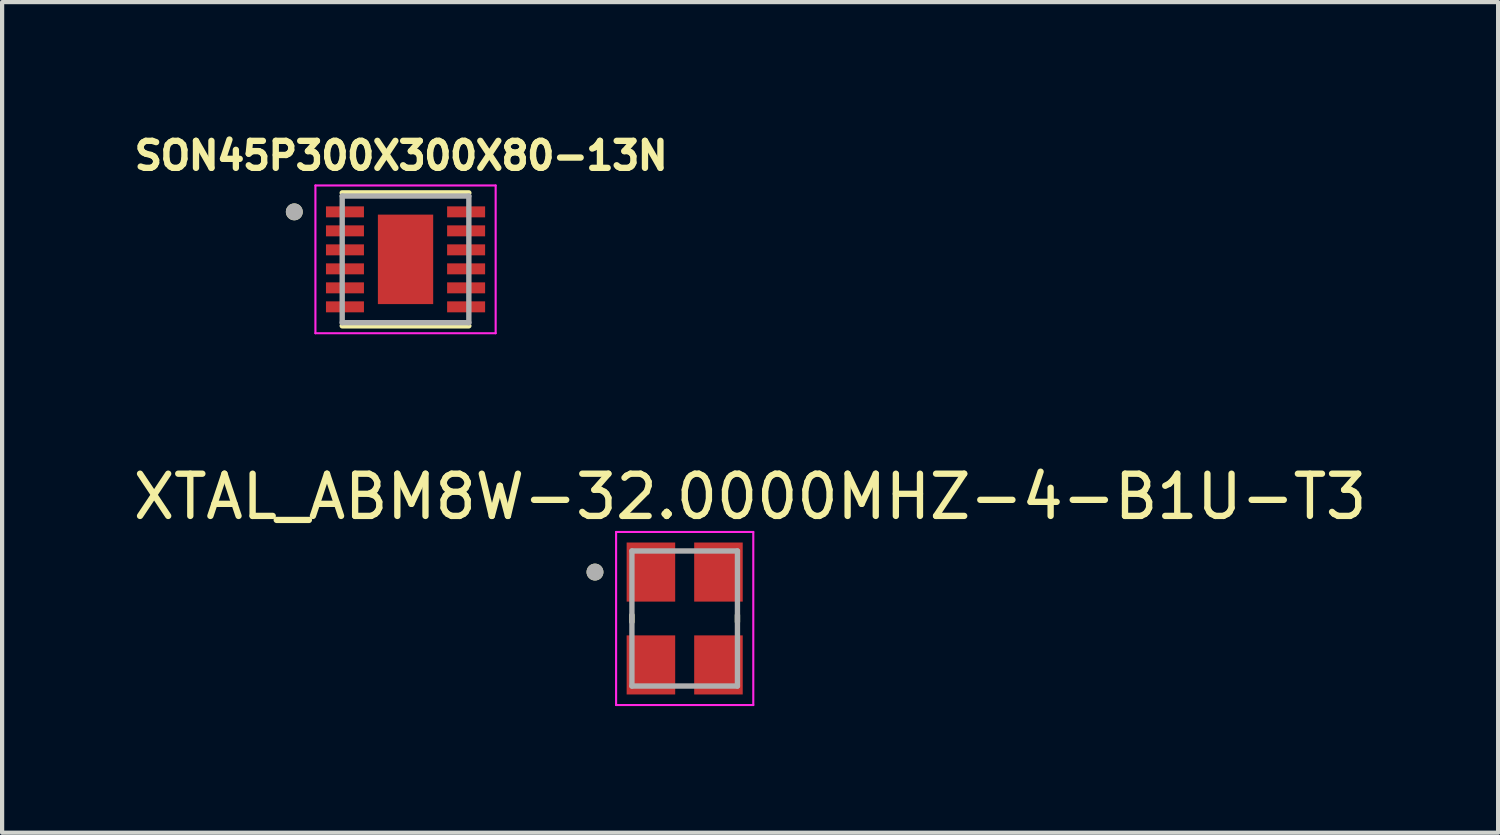
<source format=kicad_pcb>
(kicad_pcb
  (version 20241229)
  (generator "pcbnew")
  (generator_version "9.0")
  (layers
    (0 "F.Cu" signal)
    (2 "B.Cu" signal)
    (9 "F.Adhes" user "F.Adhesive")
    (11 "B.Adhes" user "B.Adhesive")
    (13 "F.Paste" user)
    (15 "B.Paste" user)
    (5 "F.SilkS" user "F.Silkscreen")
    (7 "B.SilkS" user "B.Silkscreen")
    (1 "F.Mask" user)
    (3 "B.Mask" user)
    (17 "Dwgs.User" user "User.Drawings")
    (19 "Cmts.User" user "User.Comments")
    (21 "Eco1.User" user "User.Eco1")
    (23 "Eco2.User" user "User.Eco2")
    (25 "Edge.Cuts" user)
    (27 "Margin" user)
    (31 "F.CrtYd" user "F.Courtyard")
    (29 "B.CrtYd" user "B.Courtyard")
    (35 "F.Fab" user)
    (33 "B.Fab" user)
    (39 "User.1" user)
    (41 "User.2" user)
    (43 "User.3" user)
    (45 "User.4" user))
  (footprint "SON45P300X300X80-13N"
    (layer "F.Cu")
    (at 6.557 3.094)
    (property "Reference" "SON45P300X300X80-13N" (at -0.103 -2.456 0) (layer "F.SilkS") (effects (font (size 0.64 0.64) (thickness 0.15))))
    (attr smd)
    (fp_poly (pts (xy -1.935 -1.305) (xy -0.935 -1.305) (xy -0.935 -0.945) (xy -1.935 -0.945)) (stroke (width 0.01) (type solid)) (fill yes) (layer "F.Mask"))
    (fp_poly (pts (xy -1.935 -0.855) (xy -0.935 -0.855) (xy -0.935 -0.495) (xy -1.935 -0.495)) (stroke (width 0.01) (type solid)) (fill yes) (layer "F.Mask"))
    (fp_poly (pts (xy -1.935 -0.405) (xy -0.935 -0.405) (xy -0.935 -0.045) (xy -1.935 -0.045)) (stroke (width 0.01) (type solid)) (fill yes) (layer "F.Mask"))
    (fp_poly (pts (xy -1.935 0.045) (xy -0.935 0.045) (xy -0.935 0.405) (xy -1.935 0.405)) (stroke (width 0.01) (type solid)) (fill yes) (layer "F.Mask"))
    (fp_poly (pts (xy -1.935 0.495) (xy -0.935 0.495) (xy -0.935 0.855) (xy -1.935 0.855)) (stroke (width 0.01) (type solid)) (fill yes) (layer "F.Mask"))
    (fp_poly (pts (xy -1.935 0.945) (xy -0.935 0.945) (xy -0.935 1.305) (xy -1.935 1.305)) (stroke (width 0.01) (type solid)) (fill yes) (layer "F.Mask"))
    (fp_poly (pts (xy -0.705 -1.11) (xy 0.705 -1.11) (xy 0.705 1.11) (xy -0.705 1.11)) (stroke (width 0.01) (type solid)) (fill yes) (layer "F.Mask"))
    (fp_poly (pts (xy 0.935 -1.305) (xy 1.935 -1.305) (xy 1.935 -0.945) (xy 0.935 -0.945)) (stroke (width 0.01) (type solid)) (fill yes) (layer "F.Mask"))
    (fp_poly (pts (xy 0.935 -0.855) (xy 1.935 -0.855) (xy 1.935 -0.495) (xy 0.935 -0.495)) (stroke (width 0.01) (type solid)) (fill yes) (layer "F.Mask"))
    (fp_poly (pts (xy 0.935 -0.405) (xy 1.935 -0.405) (xy 1.935 -0.045) (xy 0.935 -0.045)) (stroke (width 0.01) (type solid)) (fill yes) (layer "F.Mask"))
    (fp_poly (pts (xy 0.935 0.045) (xy 1.935 0.045) (xy 1.935 0.405) (xy 0.935 0.405)) (stroke (width 0.01) (type solid)) (fill yes) (layer "F.Mask"))
    (fp_poly (pts (xy 0.935 0.495) (xy 1.935 0.495) (xy 1.935 0.855) (xy 0.935 0.855)) (stroke (width 0.01) (type solid)) (fill yes) (layer "F.Mask"))
    (fp_poly (pts (xy 0.935 0.945) (xy 1.935 0.945) (xy 1.935 1.305) (xy 0.935 1.305)) (stroke (width 0.01) (type solid)) (fill yes) (layer "F.Mask"))
    (fp_line (start -1.5 -1.575) (end 1.5 -1.575) (stroke (width 0.127) (type solid)) (layer "F.SilkS"))
    (fp_line (start 1.5 1.575) (end -1.5 1.575) (stroke (width 0.127) (type solid)) (layer "F.SilkS"))
    (fp_circle (center -2.635 -1.125) (end -2.535 -1.125) (stroke (width 0.2) (type solid)) (fill no) (layer "F.SilkS"))
    (fp_poly (pts (xy -0.414 -0.67) (xy 0.414 -0.67) (xy 0.414 0.67) (xy -0.414 0.67)) (stroke (width 0.01) (type solid)) (fill yes) (layer "F.Paste"))
    (fp_line (start -2.135 -1.75) (end -2.135 1.75) (stroke (width 0.05) (type solid)) (layer "F.CrtYd"))
    (fp_line (start -2.135 1.75) (end 2.135 1.75) (stroke (width 0.05) (type solid)) (layer "F.CrtYd"))
    (fp_line (start 2.135 -1.75) (end -2.135 -1.75) (stroke (width 0.05) (type solid)) (layer "F.CrtYd"))
    (fp_line (start 2.135 1.75) (end 2.135 -1.75) (stroke (width 0.05) (type solid)) (layer "F.CrtYd"))
    (fp_line (start -1.5 -1.5) (end 1.5 -1.5) (stroke (width 0.127) (type solid)) (layer "F.Fab"))
    (fp_line (start -1.5 1.5) (end -1.5 -1.5) (stroke (width 0.127) (type solid)) (layer "F.Fab"))
    (fp_line (start 1.5 -1.5) (end 1.5 1.5) (stroke (width 0.127) (type solid)) (layer "F.Fab"))
    (fp_line (start 1.5 1.5) (end -1.5 1.5) (stroke (width 0.127) (type solid)) (layer "F.Fab"))
    (fp_circle (center -2.635 -1.125) (end -2.535 -1.125) (stroke (width 0.2) (type solid)) (fill no) (layer "F.Fab"))
    (pad "1" smd rect (at -1.435 -1.125) (size 0.9 0.26) (layers "F.Cu" "F.Paste"))
    (pad "2" smd rect (at -1.435 -0.675) (size 0.9 0.26) (layers "F.Cu" "F.Paste"))
    (pad "3" smd rect (at -1.435 -0.225) (size 0.9 0.26) (layers "F.Cu" "F.Paste"))
    (pad "4" smd rect (at -1.435 0.225) (size 0.9 0.26) (layers "F.Cu" "F.Paste"))
    (pad "5" smd rect (at -1.435 0.675) (size 0.9 0.26) (layers "F.Cu" "F.Paste"))
    (pad "6" smd rect (at -1.435 1.125) (size 0.9 0.26) (layers "F.Cu" "F.Paste"))
    (pad "7" smd rect (at 1.435 1.125) (size 0.9 0.26) (layers "F.Cu" "F.Paste"))
    (pad "8" smd rect (at 1.435 0.675) (size 0.9 0.26) (layers "F.Cu" "F.Paste"))
    (pad "9" smd rect (at 1.435 0.225) (size 0.9 0.26) (layers "F.Cu" "F.Paste"))
    (pad "10" smd rect (at 1.435 -0.225) (size 0.9 0.26) (layers "F.Cu" "F.Paste"))
    (pad "11" smd rect (at 1.435 -0.675) (size 0.9 0.26) (layers "F.Cu" "F.Paste"))
    (pad "12" smd rect (at 1.435 -1.125) (size 0.9 0.26) (layers "F.Cu" "F.Paste"))
    (pad "13" smd rect (at 0 0) (size 1.31 2.12) (layers "F.Cu")))
  (footprint "XTAL_ABM8W-32.0000MHZ-4-B1U-T3"
    (layer "F.Cu")
    (at 13.17 11.602)
    (property "Reference" "XTAL_ABM8W-32.0000MHZ-4-B1U-T3" (at 1.55 -2.885 0) (layer "F.SilkS") (effects (font (size 1 1) (thickness 0.15))))
    (attr smd)
    (fp_line (start -1.25 -0.08) (end -1.25 0.08) (stroke (width 0.127) (type solid)) (layer "F.SilkS"))
    (fp_line (start 1.25 -0.08) (end 1.25 0.08) (stroke (width 0.127) (type solid)) (layer "F.SilkS"))
    (fp_circle (center -2.125 -1.1) (end -2.025 -1.1) (stroke (width 0.2) (type solid)) (fill no) (layer "F.SilkS"))
    (fp_line (start -1.625 -2.05) (end -1.625 2.05) (stroke (width 0.05) (type solid)) (layer "F.CrtYd"))
    (fp_line (start -1.625 -2.05) (end 1.625 -2.05) (stroke (width 0.05) (type solid)) (layer "F.CrtYd"))
    (fp_line (start 1.625 -2.05) (end 1.625 2.05) (stroke (width 0.05) (type solid)) (layer "F.CrtYd"))
    (fp_line (start 1.625 2.05) (end -1.625 2.05) (stroke (width 0.05) (type solid)) (layer "F.CrtYd"))
    (fp_line (start -1.25 -1.6) (end -1.25 1.6) (stroke (width 0.127) (type solid)) (layer "F.Fab"))
    (fp_line (start -1.25 -1.6) (end 1.25 -1.6) (stroke (width 0.127) (type solid)) (layer "F.Fab"))
    (fp_line (start 1.25 -1.6) (end 1.25 1.6) (stroke (width 0.127) (type solid)) (layer "F.Fab"))
    (fp_line (start 1.25 1.6) (end -1.25 1.6) (stroke (width 0.127) (type solid)) (layer "F.Fab"))
    (fp_circle (center -2.125 -1.1) (end -2.025 -1.1) (stroke (width 0.2) (type solid)) (fill no) (layer "F.Fab"))
    (pad "1" smd rect (at -0.8 -1.1) (size 1.15 1.4) (layers "F.Cu" "F.Mask" "F.Paste"))
    (pad "2" smd rect (at -0.8 1.1) (size 1.15 1.4) (layers "F.Cu" "F.Mask" "F.Paste"))
    (pad "3" smd rect (at 0.8 1.1) (size 1.15 1.4) (layers "F.Cu" "F.Mask" "F.Paste"))
    (pad "4" smd rect (at 0.8 -1.1) (size 1.15 1.4) (layers "F.Cu" "F.Mask" "F.Paste")))
  (gr_rect
    (start -3 -3)
    (end 32.44 16.677)
    (stroke (width 0.1) (type default))
    (fill no)
    (layer "Edge.Cuts")))
</source>
